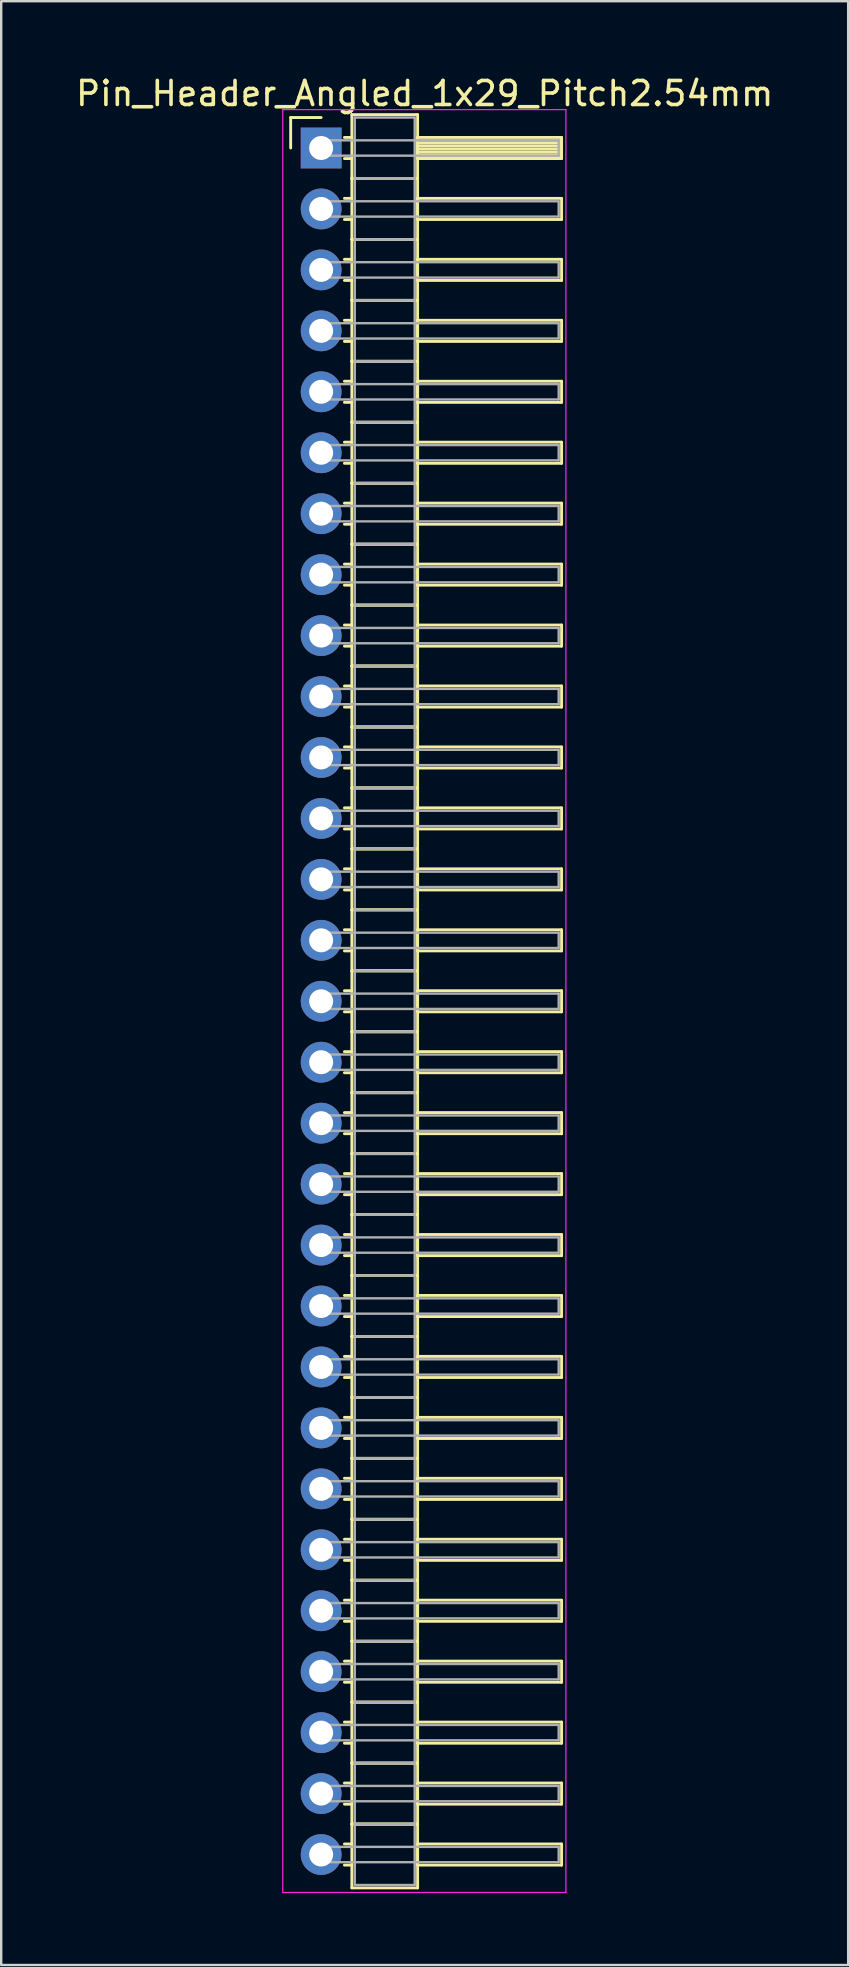
<source format=kicad_pcb>
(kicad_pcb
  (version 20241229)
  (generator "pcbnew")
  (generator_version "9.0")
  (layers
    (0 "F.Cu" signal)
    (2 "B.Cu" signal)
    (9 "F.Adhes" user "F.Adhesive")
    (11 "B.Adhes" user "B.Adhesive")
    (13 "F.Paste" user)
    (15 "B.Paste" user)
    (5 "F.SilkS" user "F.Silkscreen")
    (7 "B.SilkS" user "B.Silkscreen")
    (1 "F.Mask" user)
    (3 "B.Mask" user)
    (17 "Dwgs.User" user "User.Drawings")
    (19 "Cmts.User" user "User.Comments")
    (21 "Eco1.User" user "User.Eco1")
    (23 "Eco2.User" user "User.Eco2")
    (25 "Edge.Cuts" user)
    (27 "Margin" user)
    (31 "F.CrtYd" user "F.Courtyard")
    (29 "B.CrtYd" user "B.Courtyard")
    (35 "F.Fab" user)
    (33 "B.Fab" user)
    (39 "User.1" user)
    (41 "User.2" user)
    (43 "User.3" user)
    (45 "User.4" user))
  (footprint "Pin_Header_Angled_1x29_Pitch2.54mm"
    (layer "F.Cu")
    (at 10.334 3.118)
    (property "Reference" "Pin_Header_Angled_1x29_Pitch2.54mm" (at 4.315 -2.27 0) (layer "F.SilkS") (effects (font (size 1 1) (thickness 0.15))))
    (attr through_hole)
    (fp_line (start -1.27 -1.27) (end 0 -1.27) (stroke (width 0.12) (type solid)) (layer "F.SilkS"))
    (fp_line (start -1.27 0) (end -1.27 -1.27) (stroke (width 0.12) (type solid)) (layer "F.SilkS"))
    (fp_line (start 0.97 -0.44) (end 1.28 -0.44) (stroke (width 0.12) (type solid)) (layer "F.SilkS"))
    (fp_line (start 0.97 0.44) (end 1.28 0.44) (stroke (width 0.12) (type solid)) (layer "F.SilkS"))
    (fp_line (start 0.97 2.1) (end 1.28 2.1) (stroke (width 0.12) (type solid)) (layer "F.SilkS"))
    (fp_line (start 0.97 2.98) (end 1.28 2.98) (stroke (width 0.12) (type solid)) (layer "F.SilkS"))
    (fp_line (start 0.97 4.64) (end 1.28 4.64) (stroke (width 0.12) (type solid)) (layer "F.SilkS"))
    (fp_line (start 0.97 5.52) (end 1.28 5.52) (stroke (width 0.12) (type solid)) (layer "F.SilkS"))
    (fp_line (start 0.97 7.18) (end 1.28 7.18) (stroke (width 0.12) (type solid)) (layer "F.SilkS"))
    (fp_line (start 0.97 8.06) (end 1.28 8.06) (stroke (width 0.12) (type solid)) (layer "F.SilkS"))
    (fp_line (start 0.97 9.72) (end 1.28 9.72) (stroke (width 0.12) (type solid)) (layer "F.SilkS"))
    (fp_line (start 0.97 10.6) (end 1.28 10.6) (stroke (width 0.12) (type solid)) (layer "F.SilkS"))
    (fp_line (start 0.97 12.26) (end 1.28 12.26) (stroke (width 0.12) (type solid)) (layer "F.SilkS"))
    (fp_line (start 0.97 13.14) (end 1.28 13.14) (stroke (width 0.12) (type solid)) (layer "F.SilkS"))
    (fp_line (start 0.97 14.8) (end 1.28 14.8) (stroke (width 0.12) (type solid)) (layer "F.SilkS"))
    (fp_line (start 0.97 15.68) (end 1.28 15.68) (stroke (width 0.12) (type solid)) (layer "F.SilkS"))
    (fp_line (start 0.97 17.34) (end 1.28 17.34) (stroke (width 0.12) (type solid)) (layer "F.SilkS"))
    (fp_line (start 0.97 18.22) (end 1.28 18.22) (stroke (width 0.12) (type solid)) (layer "F.SilkS"))
    (fp_line (start 0.97 19.88) (end 1.28 19.88) (stroke (width 0.12) (type solid)) (layer "F.SilkS"))
    (fp_line (start 0.97 20.76) (end 1.28 20.76) (stroke (width 0.12) (type solid)) (layer "F.SilkS"))
    (fp_line (start 0.97 22.42) (end 1.28 22.42) (stroke (width 0.12) (type solid)) (layer "F.SilkS"))
    (fp_line (start 0.97 23.3) (end 1.28 23.3) (stroke (width 0.12) (type solid)) (layer "F.SilkS"))
    (fp_line (start 0.97 24.96) (end 1.28 24.96) (stroke (width 0.12) (type solid)) (layer "F.SilkS"))
    (fp_line (start 0.97 25.84) (end 1.28 25.84) (stroke (width 0.12) (type solid)) (layer "F.SilkS"))
    (fp_line (start 0.97 27.5) (end 1.28 27.5) (stroke (width 0.12) (type solid)) (layer "F.SilkS"))
    (fp_line (start 0.97 28.38) (end 1.28 28.38) (stroke (width 0.12) (type solid)) (layer "F.SilkS"))
    (fp_line (start 0.97 30.04) (end 1.28 30.04) (stroke (width 0.12) (type solid)) (layer "F.SilkS"))
    (fp_line (start 0.97 30.92) (end 1.28 30.92) (stroke (width 0.12) (type solid)) (layer "F.SilkS"))
    (fp_line (start 0.97 32.58) (end 1.28 32.58) (stroke (width 0.12) (type solid)) (layer "F.SilkS"))
    (fp_line (start 0.97 33.46) (end 1.28 33.46) (stroke (width 0.12) (type solid)) (layer "F.SilkS"))
    (fp_line (start 0.97 35.12) (end 1.28 35.12) (stroke (width 0.12) (type solid)) (layer "F.SilkS"))
    (fp_line (start 0.97 36) (end 1.28 36) (stroke (width 0.12) (type solid)) (layer "F.SilkS"))
    (fp_line (start 0.97 37.66) (end 1.28 37.66) (stroke (width 0.12) (type solid)) (layer "F.SilkS"))
    (fp_line (start 0.97 38.54) (end 1.28 38.54) (stroke (width 0.12) (type solid)) (layer "F.SilkS"))
    (fp_line (start 0.97 40.2) (end 1.28 40.2) (stroke (width 0.12) (type solid)) (layer "F.SilkS"))
    (fp_line (start 0.97 41.08) (end 1.28 41.08) (stroke (width 0.12) (type solid)) (layer "F.SilkS"))
    (fp_line (start 0.97 42.74) (end 1.28 42.74) (stroke (width 0.12) (type solid)) (layer "F.SilkS"))
    (fp_line (start 0.97 43.62) (end 1.28 43.62) (stroke (width 0.12) (type solid)) (layer "F.SilkS"))
    (fp_line (start 0.97 45.28) (end 1.28 45.28) (stroke (width 0.12) (type solid)) (layer "F.SilkS"))
    (fp_line (start 0.97 46.16) (end 1.28 46.16) (stroke (width 0.12) (type solid)) (layer "F.SilkS"))
    (fp_line (start 0.97 47.82) (end 1.28 47.82) (stroke (width 0.12) (type solid)) (layer "F.SilkS"))
    (fp_line (start 0.97 48.7) (end 1.28 48.7) (stroke (width 0.12) (type solid)) (layer "F.SilkS"))
    (fp_line (start 0.97 50.36) (end 1.28 50.36) (stroke (width 0.12) (type solid)) (layer "F.SilkS"))
    (fp_line (start 0.97 51.24) (end 1.28 51.24) (stroke (width 0.12) (type solid)) (layer "F.SilkS"))
    (fp_line (start 0.97 52.9) (end 1.28 52.9) (stroke (width 0.12) (type solid)) (layer "F.SilkS"))
    (fp_line (start 0.97 53.78) (end 1.28 53.78) (stroke (width 0.12) (type solid)) (layer "F.SilkS"))
    (fp_line (start 0.97 55.44) (end 1.28 55.44) (stroke (width 0.12) (type solid)) (layer "F.SilkS"))
    (fp_line (start 0.97 56.32) (end 1.28 56.32) (stroke (width 0.12) (type solid)) (layer "F.SilkS"))
    (fp_line (start 0.97 57.98) (end 1.28 57.98) (stroke (width 0.12) (type solid)) (layer "F.SilkS"))
    (fp_line (start 0.97 58.86) (end 1.28 58.86) (stroke (width 0.12) (type solid)) (layer "F.SilkS"))
    (fp_line (start 0.97 60.52) (end 1.28 60.52) (stroke (width 0.12) (type solid)) (layer "F.SilkS"))
    (fp_line (start 0.97 61.4) (end 1.28 61.4) (stroke (width 0.12) (type solid)) (layer "F.SilkS"))
    (fp_line (start 0.97 63.06) (end 1.28 63.06) (stroke (width 0.12) (type solid)) (layer "F.SilkS"))
    (fp_line (start 0.97 63.94) (end 1.28 63.94) (stroke (width 0.12) (type solid)) (layer "F.SilkS"))
    (fp_line (start 0.97 65.6) (end 1.28 65.6) (stroke (width 0.12) (type solid)) (layer "F.SilkS"))
    (fp_line (start 0.97 66.48) (end 1.28 66.48) (stroke (width 0.12) (type solid)) (layer "F.SilkS"))
    (fp_line (start 0.97 68.14) (end 1.28 68.14) (stroke (width 0.12) (type solid)) (layer "F.SilkS"))
    (fp_line (start 0.97 69.02) (end 1.28 69.02) (stroke (width 0.12) (type solid)) (layer "F.SilkS"))
    (fp_line (start 0.97 70.68) (end 1.28 70.68) (stroke (width 0.12) (type solid)) (layer "F.SilkS"))
    (fp_line (start 0.97 71.56) (end 1.28 71.56) (stroke (width 0.12) (type solid)) (layer "F.SilkS"))
    (fp_line (start 1.28 -1.39) (end 1.28 1.27) (stroke (width 0.12) (type solid)) (layer "F.SilkS"))
    (fp_line (start 1.28 1.27) (end 1.28 3.81) (stroke (width 0.12) (type solid)) (layer "F.SilkS"))
    (fp_line (start 1.28 1.27) (end 4.02 1.27) (stroke (width 0.12) (type solid)) (layer "F.SilkS"))
    (fp_line (start 1.28 3.81) (end 1.28 6.35) (stroke (width 0.12) (type solid)) (layer "F.SilkS"))
    (fp_line (start 1.28 3.81) (end 4.02 3.81) (stroke (width 0.12) (type solid)) (layer "F.SilkS"))
    (fp_line (start 1.28 6.35) (end 1.28 8.89) (stroke (width 0.12) (type solid)) (layer "F.SilkS"))
    (fp_line (start 1.28 6.35) (end 4.02 6.35) (stroke (width 0.12) (type solid)) (layer "F.SilkS"))
    (fp_line (start 1.28 8.89) (end 1.28 11.43) (stroke (width 0.12) (type solid)) (layer "F.SilkS"))
    (fp_line (start 1.28 8.89) (end 4.02 8.89) (stroke (width 0.12) (type solid)) (layer "F.SilkS"))
    (fp_line (start 1.28 11.43) (end 1.28 13.97) (stroke (width 0.12) (type solid)) (layer "F.SilkS"))
    (fp_line (start 1.28 11.43) (end 4.02 11.43) (stroke (width 0.12) (type solid)) (layer "F.SilkS"))
    (fp_line (start 1.28 13.97) (end 1.28 16.51) (stroke (width 0.12) (type solid)) (layer "F.SilkS"))
    (fp_line (start 1.28 13.97) (end 4.02 13.97) (stroke (width 0.12) (type solid)) (layer "F.SilkS"))
    (fp_line (start 1.28 16.51) (end 1.28 19.05) (stroke (width 0.12) (type solid)) (layer "F.SilkS"))
    (fp_line (start 1.28 16.51) (end 4.02 16.51) (stroke (width 0.12) (type solid)) (layer "F.SilkS"))
    (fp_line (start 1.28 19.05) (end 1.28 21.59) (stroke (width 0.12) (type solid)) (layer "F.SilkS"))
    (fp_line (start 1.28 19.05) (end 4.02 19.05) (stroke (width 0.12) (type solid)) (layer "F.SilkS"))
    (fp_line (start 1.28 21.59) (end 1.28 24.13) (stroke (width 0.12) (type solid)) (layer "F.SilkS"))
    (fp_line (start 1.28 21.59) (end 4.02 21.59) (stroke (width 0.12) (type solid)) (layer "F.SilkS"))
    (fp_line (start 1.28 24.13) (end 1.28 26.67) (stroke (width 0.12) (type solid)) (layer "F.SilkS"))
    (fp_line (start 1.28 24.13) (end 4.02 24.13) (stroke (width 0.12) (type solid)) (layer "F.SilkS"))
    (fp_line (start 1.28 26.67) (end 1.28 29.21) (stroke (width 0.12) (type solid)) (layer "F.SilkS"))
    (fp_line (start 1.28 26.67) (end 4.02 26.67) (stroke (width 0.12) (type solid)) (layer "F.SilkS"))
    (fp_line (start 1.28 29.21) (end 1.28 31.75) (stroke (width 0.12) (type solid)) (layer "F.SilkS"))
    (fp_line (start 1.28 29.21) (end 4.02 29.21) (stroke (width 0.12) (type solid)) (layer "F.SilkS"))
    (fp_line (start 1.28 31.75) (end 1.28 34.29) (stroke (width 0.12) (type solid)) (layer "F.SilkS"))
    (fp_line (start 1.28 31.75) (end 4.02 31.75) (stroke (width 0.12) (type solid)) (layer "F.SilkS"))
    (fp_line (start 1.28 34.29) (end 1.28 36.83) (stroke (width 0.12) (type solid)) (layer "F.SilkS"))
    (fp_line (start 1.28 34.29) (end 4.02 34.29) (stroke (width 0.12) (type solid)) (layer "F.SilkS"))
    (fp_line (start 1.28 36.83) (end 1.28 39.37) (stroke (width 0.12) (type solid)) (layer "F.SilkS"))
    (fp_line (start 1.28 36.83) (end 4.02 36.83) (stroke (width 0.12) (type solid)) (layer "F.SilkS"))
    (fp_line (start 1.28 39.37) (end 1.28 41.91) (stroke (width 0.12) (type solid)) (layer "F.SilkS"))
    (fp_line (start 1.28 39.37) (end 4.02 39.37) (stroke (width 0.12) (type solid)) (layer "F.SilkS"))
    (fp_line (start 1.28 41.91) (end 1.28 44.45) (stroke (width 0.12) (type solid)) (layer "F.SilkS"))
    (fp_line (start 1.28 41.91) (end 4.02 41.91) (stroke (width 0.12) (type solid)) (layer "F.SilkS"))
    (fp_line (start 1.28 44.45) (end 1.28 46.99) (stroke (width 0.12) (type solid)) (layer "F.SilkS"))
    (fp_line (start 1.28 44.45) (end 4.02 44.45) (stroke (width 0.12) (type solid)) (layer "F.SilkS"))
    (fp_line (start 1.28 46.99) (end 1.28 49.53) (stroke (width 0.12) (type solid)) (layer "F.SilkS"))
    (fp_line (start 1.28 46.99) (end 4.02 46.99) (stroke (width 0.12) (type solid)) (layer "F.SilkS"))
    (fp_line (start 1.28 49.53) (end 1.28 52.07) (stroke (width 0.12) (type solid)) (layer "F.SilkS"))
    (fp_line (start 1.28 49.53) (end 4.02 49.53) (stroke (width 0.12) (type solid)) (layer "F.SilkS"))
    (fp_line (start 1.28 52.07) (end 1.28 54.61) (stroke (width 0.12) (type solid)) (layer "F.SilkS"))
    (fp_line (start 1.28 52.07) (end 4.02 52.07) (stroke (width 0.12) (type solid)) (layer "F.SilkS"))
    (fp_line (start 1.28 54.61) (end 1.28 57.15) (stroke (width 0.12) (type solid)) (layer "F.SilkS"))
    (fp_line (start 1.28 54.61) (end 4.02 54.61) (stroke (width 0.12) (type solid)) (layer "F.SilkS"))
    (fp_line (start 1.28 57.15) (end 1.28 59.69) (stroke (width 0.12) (type solid)) (layer "F.SilkS"))
    (fp_line (start 1.28 57.15) (end 4.02 57.15) (stroke (width 0.12) (type solid)) (layer "F.SilkS"))
    (fp_line (start 1.28 59.69) (end 1.28 62.23) (stroke (width 0.12) (type solid)) (layer "F.SilkS"))
    (fp_line (start 1.28 59.69) (end 4.02 59.69) (stroke (width 0.12) (type solid)) (layer "F.SilkS"))
    (fp_line (start 1.28 62.23) (end 1.28 64.77) (stroke (width 0.12) (type solid)) (layer "F.SilkS"))
    (fp_line (start 1.28 62.23) (end 4.02 62.23) (stroke (width 0.12) (type solid)) (layer "F.SilkS"))
    (fp_line (start 1.28 64.77) (end 1.28 67.31) (stroke (width 0.12) (type solid)) (layer "F.SilkS"))
    (fp_line (start 1.28 64.77) (end 4.02 64.77) (stroke (width 0.12) (type solid)) (layer "F.SilkS"))
    (fp_line (start 1.28 67.31) (end 1.28 69.85) (stroke (width 0.12) (type solid)) (layer "F.SilkS"))
    (fp_line (start 1.28 67.31) (end 4.02 67.31) (stroke (width 0.12) (type solid)) (layer "F.SilkS"))
    (fp_line (start 1.28 69.85) (end 1.28 72.51) (stroke (width 0.12) (type solid)) (layer "F.SilkS"))
    (fp_line (start 1.28 69.85) (end 4.02 69.85) (stroke (width 0.12) (type solid)) (layer "F.SilkS"))
    (fp_line (start 1.28 72.51) (end 4.02 72.51) (stroke (width 0.12) (type solid)) (layer "F.SilkS"))
    (fp_line (start 4.02 -1.39) (end 1.28 -1.39) (stroke (width 0.12) (type solid)) (layer "F.SilkS"))
    (fp_line (start 4.02 -0.44) (end 4.02 0.44) (stroke (width 0.12) (type solid)) (layer "F.SilkS"))
    (fp_line (start 4.02 -0.32) (end 10.02 -0.32) (stroke (width 0.12) (type solid)) (layer "F.SilkS"))
    (fp_line (start 4.02 -0.2) (end 10.02 -0.2) (stroke (width 0.12) (type solid)) (layer "F.SilkS"))
    (fp_line (start 4.02 -0.08) (end 10.02 -0.08) (stroke (width 0.12) (type solid)) (layer "F.SilkS"))
    (fp_line (start 4.02 0.04) (end 10.02 0.04) (stroke (width 0.12) (type solid)) (layer "F.SilkS"))
    (fp_line (start 4.02 0.16) (end 10.02 0.16) (stroke (width 0.12) (type solid)) (layer "F.SilkS"))
    (fp_line (start 4.02 0.28) (end 10.02 0.28) (stroke (width 0.12) (type solid)) (layer "F.SilkS"))
    (fp_line (start 4.02 0.4) (end 10.02 0.4) (stroke (width 0.12) (type solid)) (layer "F.SilkS"))
    (fp_line (start 4.02 0.44) (end 10.02 0.44) (stroke (width 0.12) (type solid)) (layer "F.SilkS"))
    (fp_line (start 4.02 1.27) (end 1.28 1.27) (stroke (width 0.12) (type solid)) (layer "F.SilkS"))
    (fp_line (start 4.02 1.27) (end 4.02 -1.39) (stroke (width 0.12) (type solid)) (layer "F.SilkS"))
    (fp_line (start 4.02 2.1) (end 4.02 2.98) (stroke (width 0.12) (type solid)) (layer "F.SilkS"))
    (fp_line (start 4.02 2.98) (end 10.02 2.98) (stroke (width 0.12) (type solid)) (layer "F.SilkS"))
    (fp_line (start 4.02 3.81) (end 1.28 3.81) (stroke (width 0.12) (type solid)) (layer "F.SilkS"))
    (fp_line (start 4.02 3.81) (end 4.02 1.27) (stroke (width 0.12) (type solid)) (layer "F.SilkS"))
    (fp_line (start 4.02 4.64) (end 4.02 5.52) (stroke (width 0.12) (type solid)) (layer "F.SilkS"))
    (fp_line (start 4.02 5.52) (end 10.02 5.52) (stroke (width 0.12) (type solid)) (layer "F.SilkS"))
    (fp_line (start 4.02 6.35) (end 1.28 6.35) (stroke (width 0.12) (type solid)) (layer "F.SilkS"))
    (fp_line (start 4.02 6.35) (end 4.02 3.81) (stroke (width 0.12) (type solid)) (layer "F.SilkS"))
    (fp_line (start 4.02 7.18) (end 4.02 8.06) (stroke (width 0.12) (type solid)) (layer "F.SilkS"))
    (fp_line (start 4.02 8.06) (end 10.02 8.06) (stroke (width 0.12) (type solid)) (layer "F.SilkS"))
    (fp_line (start 4.02 8.89) (end 1.28 8.89) (stroke (width 0.12) (type solid)) (layer "F.SilkS"))
    (fp_line (start 4.02 8.89) (end 4.02 6.35) (stroke (width 0.12) (type solid)) (layer "F.SilkS"))
    (fp_line (start 4.02 9.72) (end 4.02 10.6) (stroke (width 0.12) (type solid)) (layer "F.SilkS"))
    (fp_line (start 4.02 10.6) (end 10.02 10.6) (stroke (width 0.12) (type solid)) (layer "F.SilkS"))
    (fp_line (start 4.02 11.43) (end 1.28 11.43) (stroke (width 0.12) (type solid)) (layer "F.SilkS"))
    (fp_line (start 4.02 11.43) (end 4.02 8.89) (stroke (width 0.12) (type solid)) (layer "F.SilkS"))
    (fp_line (start 4.02 12.26) (end 4.02 13.14) (stroke (width 0.12) (type solid)) (layer "F.SilkS"))
    (fp_line (start 4.02 13.14) (end 10.02 13.14) (stroke (width 0.12) (type solid)) (layer "F.SilkS"))
    (fp_line (start 4.02 13.97) (end 1.28 13.97) (stroke (width 0.12) (type solid)) (layer "F.SilkS"))
    (fp_line (start 4.02 13.97) (end 4.02 11.43) (stroke (width 0.12) (type solid)) (layer "F.SilkS"))
    (fp_line (start 4.02 14.8) (end 4.02 15.68) (stroke (width 0.12) (type solid)) (layer "F.SilkS"))
    (fp_line (start 4.02 15.68) (end 10.02 15.68) (stroke (width 0.12) (type solid)) (layer "F.SilkS"))
    (fp_line (start 4.02 16.51) (end 1.28 16.51) (stroke (width 0.12) (type solid)) (layer "F.SilkS"))
    (fp_line (start 4.02 16.51) (end 4.02 13.97) (stroke (width 0.12) (type solid)) (layer "F.SilkS"))
    (fp_line (start 4.02 17.34) (end 4.02 18.22) (stroke (width 0.12) (type solid)) (layer "F.SilkS"))
    (fp_line (start 4.02 18.22) (end 10.02 18.22) (stroke (width 0.12) (type solid)) (layer "F.SilkS"))
    (fp_line (start 4.02 19.05) (end 1.28 19.05) (stroke (width 0.12) (type solid)) (layer "F.SilkS"))
    (fp_line (start 4.02 19.05) (end 4.02 16.51) (stroke (width 0.12) (type solid)) (layer "F.SilkS"))
    (fp_line (start 4.02 19.88) (end 4.02 20.76) (stroke (width 0.12) (type solid)) (layer "F.SilkS"))
    (fp_line (start 4.02 20.76) (end 10.02 20.76) (stroke (width 0.12) (type solid)) (layer "F.SilkS"))
    (fp_line (start 4.02 21.59) (end 1.28 21.59) (stroke (width 0.12) (type solid)) (layer "F.SilkS"))
    (fp_line (start 4.02 21.59) (end 4.02 19.05) (stroke (width 0.12) (type solid)) (layer "F.SilkS"))
    (fp_line (start 4.02 22.42) (end 4.02 23.3) (stroke (width 0.12) (type solid)) (layer "F.SilkS"))
    (fp_line (start 4.02 23.3) (end 10.02 23.3) (stroke (width 0.12) (type solid)) (layer "F.SilkS"))
    (fp_line (start 4.02 24.13) (end 1.28 24.13) (stroke (width 0.12) (type solid)) (layer "F.SilkS"))
    (fp_line (start 4.02 24.13) (end 4.02 21.59) (stroke (width 0.12) (type solid)) (layer "F.SilkS"))
    (fp_line (start 4.02 24.96) (end 4.02 25.84) (stroke (width 0.12) (type solid)) (layer "F.SilkS"))
    (fp_line (start 4.02 25.84) (end 10.02 25.84) (stroke (width 0.12) (type solid)) (layer "F.SilkS"))
    (fp_line (start 4.02 26.67) (end 1.28 26.67) (stroke (width 0.12) (type solid)) (layer "F.SilkS"))
    (fp_line (start 4.02 26.67) (end 4.02 24.13) (stroke (width 0.12) (type solid)) (layer "F.SilkS"))
    (fp_line (start 4.02 27.5) (end 4.02 28.38) (stroke (width 0.12) (type solid)) (layer "F.SilkS"))
    (fp_line (start 4.02 28.38) (end 10.02 28.38) (stroke (width 0.12) (type solid)) (layer "F.SilkS"))
    (fp_line (start 4.02 29.21) (end 1.28 29.21) (stroke (width 0.12) (type solid)) (layer "F.SilkS"))
    (fp_line (start 4.02 29.21) (end 4.02 26.67) (stroke (width 0.12) (type solid)) (layer "F.SilkS"))
    (fp_line (start 4.02 30.04) (end 4.02 30.92) (stroke (width 0.12) (type solid)) (layer "F.SilkS"))
    (fp_line (start 4.02 30.92) (end 10.02 30.92) (stroke (width 0.12) (type solid)) (layer "F.SilkS"))
    (fp_line (start 4.02 31.75) (end 1.28 31.75) (stroke (width 0.12) (type solid)) (layer "F.SilkS"))
    (fp_line (start 4.02 31.75) (end 4.02 29.21) (stroke (width 0.12) (type solid)) (layer "F.SilkS"))
    (fp_line (start 4.02 32.58) (end 4.02 33.46) (stroke (width 0.12) (type solid)) (layer "F.SilkS"))
    (fp_line (start 4.02 33.46) (end 10.02 33.46) (stroke (width 0.12) (type solid)) (layer "F.SilkS"))
    (fp_line (start 4.02 34.29) (end 1.28 34.29) (stroke (width 0.12) (type solid)) (layer "F.SilkS"))
    (fp_line (start 4.02 34.29) (end 4.02 31.75) (stroke (width 0.12) (type solid)) (layer "F.SilkS"))
    (fp_line (start 4.02 35.12) (end 4.02 36) (stroke (width 0.12) (type solid)) (layer "F.SilkS"))
    (fp_line (start 4.02 36) (end 10.02 36) (stroke (width 0.12) (type solid)) (layer "F.SilkS"))
    (fp_line (start 4.02 36.83) (end 1.28 36.83) (stroke (width 0.12) (type solid)) (layer "F.SilkS"))
    (fp_line (start 4.02 36.83) (end 4.02 34.29) (stroke (width 0.12) (type solid)) (layer "F.SilkS"))
    (fp_line (start 4.02 37.66) (end 4.02 38.54) (stroke (width 0.12) (type solid)) (layer "F.SilkS"))
    (fp_line (start 4.02 38.54) (end 10.02 38.54) (stroke (width 0.12) (type solid)) (layer "F.SilkS"))
    (fp_line (start 4.02 39.37) (end 1.28 39.37) (stroke (width 0.12) (type solid)) (layer "F.SilkS"))
    (fp_line (start 4.02 39.37) (end 4.02 36.83) (stroke (width 0.12) (type solid)) (layer "F.SilkS"))
    (fp_line (start 4.02 40.2) (end 4.02 41.08) (stroke (width 0.12) (type solid)) (layer "F.SilkS"))
    (fp_line (start 4.02 41.08) (end 10.02 41.08) (stroke (width 0.12) (type solid)) (layer "F.SilkS"))
    (fp_line (start 4.02 41.91) (end 1.28 41.91) (stroke (width 0.12) (type solid)) (layer "F.SilkS"))
    (fp_line (start 4.02 41.91) (end 4.02 39.37) (stroke (width 0.12) (type solid)) (layer "F.SilkS"))
    (fp_line (start 4.02 42.74) (end 4.02 43.62) (stroke (width 0.12) (type solid)) (layer "F.SilkS"))
    (fp_line (start 4.02 43.62) (end 10.02 43.62) (stroke (width 0.12) (type solid)) (layer "F.SilkS"))
    (fp_line (start 4.02 44.45) (end 1.28 44.45) (stroke (width 0.12) (type solid)) (layer "F.SilkS"))
    (fp_line (start 4.02 44.45) (end 4.02 41.91) (stroke (width 0.12) (type solid)) (layer "F.SilkS"))
    (fp_line (start 4.02 45.28) (end 4.02 46.16) (stroke (width 0.12) (type solid)) (layer "F.SilkS"))
    (fp_line (start 4.02 46.16) (end 10.02 46.16) (stroke (width 0.12) (type solid)) (layer "F.SilkS"))
    (fp_line (start 4.02 46.99) (end 1.28 46.99) (stroke (width 0.12) (type solid)) (layer "F.SilkS"))
    (fp_line (start 4.02 46.99) (end 4.02 44.45) (stroke (width 0.12) (type solid)) (layer "F.SilkS"))
    (fp_line (start 4.02 47.82) (end 4.02 48.7) (stroke (width 0.12) (type solid)) (layer "F.SilkS"))
    (fp_line (start 4.02 48.7) (end 10.02 48.7) (stroke (width 0.12) (type solid)) (layer "F.SilkS"))
    (fp_line (start 4.02 49.53) (end 1.28 49.53) (stroke (width 0.12) (type solid)) (layer "F.SilkS"))
    (fp_line (start 4.02 49.53) (end 4.02 46.99) (stroke (width 0.12) (type solid)) (layer "F.SilkS"))
    (fp_line (start 4.02 50.36) (end 4.02 51.24) (stroke (width 0.12) (type solid)) (layer "F.SilkS"))
    (fp_line (start 4.02 51.24) (end 10.02 51.24) (stroke (width 0.12) (type solid)) (layer "F.SilkS"))
    (fp_line (start 4.02 52.07) (end 1.28 52.07) (stroke (width 0.12) (type solid)) (layer "F.SilkS"))
    (fp_line (start 4.02 52.07) (end 4.02 49.53) (stroke (width 0.12) (type solid)) (layer "F.SilkS"))
    (fp_line (start 4.02 52.9) (end 4.02 53.78) (stroke (width 0.12) (type solid)) (layer "F.SilkS"))
    (fp_line (start 4.02 53.78) (end 10.02 53.78) (stroke (width 0.12) (type solid)) (layer "F.SilkS"))
    (fp_line (start 4.02 54.61) (end 1.28 54.61) (stroke (width 0.12) (type solid)) (layer "F.SilkS"))
    (fp_line (start 4.02 54.61) (end 4.02 52.07) (stroke (width 0.12) (type solid)) (layer "F.SilkS"))
    (fp_line (start 4.02 55.44) (end 4.02 56.32) (stroke (width 0.12) (type solid)) (layer "F.SilkS"))
    (fp_line (start 4.02 56.32) (end 10.02 56.32) (stroke (width 0.12) (type solid)) (layer "F.SilkS"))
    (fp_line (start 4.02 57.15) (end 1.28 57.15) (stroke (width 0.12) (type solid)) (layer "F.SilkS"))
    (fp_line (start 4.02 57.15) (end 4.02 54.61) (stroke (width 0.12) (type solid)) (layer "F.SilkS"))
    (fp_line (start 4.02 57.98) (end 4.02 58.86) (stroke (width 0.12) (type solid)) (layer "F.SilkS"))
    (fp_line (start 4.02 58.86) (end 10.02 58.86) (stroke (width 0.12) (type solid)) (layer "F.SilkS"))
    (fp_line (start 4.02 59.69) (end 1.28 59.69) (stroke (width 0.12) (type solid)) (layer "F.SilkS"))
    (fp_line (start 4.02 59.69) (end 4.02 57.15) (stroke (width 0.12) (type solid)) (layer "F.SilkS"))
    (fp_line (start 4.02 60.52) (end 4.02 61.4) (stroke (width 0.12) (type solid)) (layer "F.SilkS"))
    (fp_line (start 4.02 61.4) (end 10.02 61.4) (stroke (width 0.12) (type solid)) (layer "F.SilkS"))
    (fp_line (start 4.02 62.23) (end 1.28 62.23) (stroke (width 0.12) (type solid)) (layer "F.SilkS"))
    (fp_line (start 4.02 62.23) (end 4.02 59.69) (stroke (width 0.12) (type solid)) (layer "F.SilkS"))
    (fp_line (start 4.02 63.06) (end 4.02 63.94) (stroke (width 0.12) (type solid)) (layer "F.SilkS"))
    (fp_line (start 4.02 63.94) (end 10.02 63.94) (stroke (width 0.12) (type solid)) (layer "F.SilkS"))
    (fp_line (start 4.02 64.77) (end 1.28 64.77) (stroke (width 0.12) (type solid)) (layer "F.SilkS"))
    (fp_line (start 4.02 64.77) (end 4.02 62.23) (stroke (width 0.12) (type solid)) (layer "F.SilkS"))
    (fp_line (start 4.02 65.6) (end 4.02 66.48) (stroke (width 0.12) (type solid)) (layer "F.SilkS"))
    (fp_line (start 4.02 66.48) (end 10.02 66.48) (stroke (width 0.12) (type solid)) (layer "F.SilkS"))
    (fp_line (start 4.02 67.31) (end 1.28 67.31) (stroke (width 0.12) (type solid)) (layer "F.SilkS"))
    (fp_line (start 4.02 67.31) (end 4.02 64.77) (stroke (width 0.12) (type solid)) (layer "F.SilkS"))
    (fp_line (start 4.02 68.14) (end 4.02 69.02) (stroke (width 0.12) (type solid)) (layer "F.SilkS"))
    (fp_line (start 4.02 69.02) (end 10.02 69.02) (stroke (width 0.12) (type solid)) (layer "F.SilkS"))
    (fp_line (start 4.02 69.85) (end 1.28 69.85) (stroke (width 0.12) (type solid)) (layer "F.SilkS"))
    (fp_line (start 4.02 69.85) (end 4.02 67.31) (stroke (width 0.12) (type solid)) (layer "F.SilkS"))
    (fp_line (start 4.02 70.68) (end 4.02 71.56) (stroke (width 0.12) (type solid)) (layer "F.SilkS"))
    (fp_line (start 4.02 71.56) (end 10.02 71.56) (stroke (width 0.12) (type solid)) (layer "F.SilkS"))
    (fp_line (start 4.02 72.51) (end 4.02 69.85) (stroke (width 0.12) (type solid)) (layer "F.SilkS"))
    (fp_line (start 10.02 -0.44) (end 4.02 -0.44) (stroke (width 0.12) (type solid)) (layer "F.SilkS"))
    (fp_line (start 10.02 0.44) (end 10.02 -0.44) (stroke (width 0.12) (type solid)) (layer "F.SilkS"))
    (fp_line (start 10.02 2.1) (end 4.02 2.1) (stroke (width 0.12) (type solid)) (layer "F.SilkS"))
    (fp_line (start 10.02 2.98) (end 10.02 2.1) (stroke (width 0.12) (type solid)) (layer "F.SilkS"))
    (fp_line (start 10.02 4.64) (end 4.02 4.64) (stroke (width 0.12) (type solid)) (layer "F.SilkS"))
    (fp_line (start 10.02 5.52) (end 10.02 4.64) (stroke (width 0.12) (type solid)) (layer "F.SilkS"))
    (fp_line (start 10.02 7.18) (end 4.02 7.18) (stroke (width 0.12) (type solid)) (layer "F.SilkS"))
    (fp_line (start 10.02 8.06) (end 10.02 7.18) (stroke (width 0.12) (type solid)) (layer "F.SilkS"))
    (fp_line (start 10.02 9.72) (end 4.02 9.72) (stroke (width 0.12) (type solid)) (layer "F.SilkS"))
    (fp_line (start 10.02 10.6) (end 10.02 9.72) (stroke (width 0.12) (type solid)) (layer "F.SilkS"))
    (fp_line (start 10.02 12.26) (end 4.02 12.26) (stroke (width 0.12) (type solid)) (layer "F.SilkS"))
    (fp_line (start 10.02 13.14) (end 10.02 12.26) (stroke (width 0.12) (type solid)) (layer "F.SilkS"))
    (fp_line (start 10.02 14.8) (end 4.02 14.8) (stroke (width 0.12) (type solid)) (layer "F.SilkS"))
    (fp_line (start 10.02 15.68) (end 10.02 14.8) (stroke (width 0.12) (type solid)) (layer "F.SilkS"))
    (fp_line (start 10.02 17.34) (end 4.02 17.34) (stroke (width 0.12) (type solid)) (layer "F.SilkS"))
    (fp_line (start 10.02 18.22) (end 10.02 17.34) (stroke (width 0.12) (type solid)) (layer "F.SilkS"))
    (fp_line (start 10.02 19.88) (end 4.02 19.88) (stroke (width 0.12) (type solid)) (layer "F.SilkS"))
    (fp_line (start 10.02 20.76) (end 10.02 19.88) (stroke (width 0.12) (type solid)) (layer "F.SilkS"))
    (fp_line (start 10.02 22.42) (end 4.02 22.42) (stroke (width 0.12) (type solid)) (layer "F.SilkS"))
    (fp_line (start 10.02 23.3) (end 10.02 22.42) (stroke (width 0.12) (type solid)) (layer "F.SilkS"))
    (fp_line (start 10.02 24.96) (end 4.02 24.96) (stroke (width 0.12) (type solid)) (layer "F.SilkS"))
    (fp_line (start 10.02 25.84) (end 10.02 24.96) (stroke (width 0.12) (type solid)) (layer "F.SilkS"))
    (fp_line (start 10.02 27.5) (end 4.02 27.5) (stroke (width 0.12) (type solid)) (layer "F.SilkS"))
    (fp_line (start 10.02 28.38) (end 10.02 27.5) (stroke (width 0.12) (type solid)) (layer "F.SilkS"))
    (fp_line (start 10.02 30.04) (end 4.02 30.04) (stroke (width 0.12) (type solid)) (layer "F.SilkS"))
    (fp_line (start 10.02 30.92) (end 10.02 30.04) (stroke (width 0.12) (type solid)) (layer "F.SilkS"))
    (fp_line (start 10.02 32.58) (end 4.02 32.58) (stroke (width 0.12) (type solid)) (layer "F.SilkS"))
    (fp_line (start 10.02 33.46) (end 10.02 32.58) (stroke (width 0.12) (type solid)) (layer "F.SilkS"))
    (fp_line (start 10.02 35.12) (end 4.02 35.12) (stroke (width 0.12) (type solid)) (layer "F.SilkS"))
    (fp_line (start 10.02 36) (end 10.02 35.12) (stroke (width 0.12) (type solid)) (layer "F.SilkS"))
    (fp_line (start 10.02 37.66) (end 4.02 37.66) (stroke (width 0.12) (type solid)) (layer "F.SilkS"))
    (fp_line (start 10.02 38.54) (end 10.02 37.66) (stroke (width 0.12) (type solid)) (layer "F.SilkS"))
    (fp_line (start 10.02 40.2) (end 4.02 40.2) (stroke (width 0.12) (type solid)) (layer "F.SilkS"))
    (fp_line (start 10.02 41.08) (end 10.02 40.2) (stroke (width 0.12) (type solid)) (layer "F.SilkS"))
    (fp_line (start 10.02 42.74) (end 4.02 42.74) (stroke (width 0.12) (type solid)) (layer "F.SilkS"))
    (fp_line (start 10.02 43.62) (end 10.02 42.74) (stroke (width 0.12) (type solid)) (layer "F.SilkS"))
    (fp_line (start 10.02 45.28) (end 4.02 45.28) (stroke (width 0.12) (type solid)) (layer "F.SilkS"))
    (fp_line (start 10.02 46.16) (end 10.02 45.28) (stroke (width 0.12) (type solid)) (layer "F.SilkS"))
    (fp_line (start 10.02 47.82) (end 4.02 47.82) (stroke (width 0.12) (type solid)) (layer "F.SilkS"))
    (fp_line (start 10.02 48.7) (end 10.02 47.82) (stroke (width 0.12) (type solid)) (layer "F.SilkS"))
    (fp_line (start 10.02 50.36) (end 4.02 50.36) (stroke (width 0.12) (type solid)) (layer "F.SilkS"))
    (fp_line (start 10.02 51.24) (end 10.02 50.36) (stroke (width 0.12) (type solid)) (layer "F.SilkS"))
    (fp_line (start 10.02 52.9) (end 4.02 52.9) (stroke (width 0.12) (type solid)) (layer "F.SilkS"))
    (fp_line (start 10.02 53.78) (end 10.02 52.9) (stroke (width 0.12) (type solid)) (layer "F.SilkS"))
    (fp_line (start 10.02 55.44) (end 4.02 55.44) (stroke (width 0.12) (type solid)) (layer "F.SilkS"))
    (fp_line (start 10.02 56.32) (end 10.02 55.44) (stroke (width 0.12) (type solid)) (layer "F.SilkS"))
    (fp_line (start 10.02 57.98) (end 4.02 57.98) (stroke (width 0.12) (type solid)) (layer "F.SilkS"))
    (fp_line (start 10.02 58.86) (end 10.02 57.98) (stroke (width 0.12) (type solid)) (layer "F.SilkS"))
    (fp_line (start 10.02 60.52) (end 4.02 60.52) (stroke (width 0.12) (type solid)) (layer "F.SilkS"))
    (fp_line (start 10.02 61.4) (end 10.02 60.52) (stroke (width 0.12) (type solid)) (layer "F.SilkS"))
    (fp_line (start 10.02 63.06) (end 4.02 63.06) (stroke (width 0.12) (type solid)) (layer "F.SilkS"))
    (fp_line (start 10.02 63.94) (end 10.02 63.06) (stroke (width 0.12) (type solid)) (layer "F.SilkS"))
    (fp_line (start 10.02 65.6) (end 4.02 65.6) (stroke (width 0.12) (type solid)) (layer "F.SilkS"))
    (fp_line (start 10.02 66.48) (end 10.02 65.6) (stroke (width 0.12) (type solid)) (layer "F.SilkS"))
    (fp_line (start 10.02 68.14) (end 4.02 68.14) (stroke (width 0.12) (type solid)) (layer "F.SilkS"))
    (fp_line (start 10.02 69.02) (end 10.02 68.14) (stroke (width 0.12) (type solid)) (layer "F.SilkS"))
    (fp_line (start 10.02 70.68) (end 4.02 70.68) (stroke (width 0.12) (type solid)) (layer "F.SilkS"))
    (fp_line (start 10.02 71.56) (end 10.02 70.68) (stroke (width 0.12) (type solid)) (layer "F.SilkS"))
    (fp_line (start -1.6 -1.6) (end -1.6 72.7) (stroke (width 0.05) (type solid)) (layer "F.CrtYd"))
    (fp_line (start -1.6 72.7) (end 10.2 72.7) (stroke (width 0.05) (type solid)) (layer "F.CrtYd"))
    (fp_line (start 10.2 -1.6) (end -1.6 -1.6) (stroke (width 0.05) (type solid)) (layer "F.CrtYd"))
    (fp_line (start 10.2 72.7) (end 10.2 -1.6) (stroke (width 0.05) (type solid)) (layer "F.CrtYd"))
    (fp_line (start 0 -0.32) (end 0 0.32) (stroke (width 0.1) (type solid)) (layer "F.Fab"))
    (fp_line (start 0 0.32) (end 9.9 0.32) (stroke (width 0.1) (type solid)) (layer "F.Fab"))
    (fp_line (start 0 2.22) (end 0 2.86) (stroke (width 0.1) (type solid)) (layer "F.Fab"))
    (fp_line (start 0 2.86) (end 9.9 2.86) (stroke (width 0.1) (type solid)) (layer "F.Fab"))
    (fp_line (start 0 4.76) (end 0 5.4) (stroke (width 0.1) (type solid)) (layer "F.Fab"))
    (fp_line (start 0 5.4) (end 9.9 5.4) (stroke (width 0.1) (type solid)) (layer "F.Fab"))
    (fp_line (start 0 7.3) (end 0 7.94) (stroke (width 0.1) (type solid)) (layer "F.Fab"))
    (fp_line (start 0 7.94) (end 9.9 7.94) (stroke (width 0.1) (type solid)) (layer "F.Fab"))
    (fp_line (start 0 9.84) (end 0 10.48) (stroke (width 0.1) (type solid)) (layer "F.Fab"))
    (fp_line (start 0 10.48) (end 9.9 10.48) (stroke (width 0.1) (type solid)) (layer "F.Fab"))
    (fp_line (start 0 12.38) (end 0 13.02) (stroke (width 0.1) (type solid)) (layer "F.Fab"))
    (fp_line (start 0 13.02) (end 9.9 13.02) (stroke (width 0.1) (type solid)) (layer "F.Fab"))
    (fp_line (start 0 14.92) (end 0 15.56) (stroke (width 0.1) (type solid)) (layer "F.Fab"))
    (fp_line (start 0 15.56) (end 9.9 15.56) (stroke (width 0.1) (type solid)) (layer "F.Fab"))
    (fp_line (start 0 17.46) (end 0 18.1) (stroke (width 0.1) (type solid)) (layer "F.Fab"))
    (fp_line (start 0 18.1) (end 9.9 18.1) (stroke (width 0.1) (type solid)) (layer "F.Fab"))
    (fp_line (start 0 20) (end 0 20.64) (stroke (width 0.1) (type solid)) (layer "F.Fab"))
    (fp_line (start 0 20.64) (end 9.9 20.64) (stroke (width 0.1) (type solid)) (layer "F.Fab"))
    (fp_line (start 0 22.54) (end 0 23.18) (stroke (width 0.1) (type solid)) (layer "F.Fab"))
    (fp_line (start 0 23.18) (end 9.9 23.18) (stroke (width 0.1) (type solid)) (layer "F.Fab"))
    (fp_line (start 0 25.08) (end 0 25.72) (stroke (width 0.1) (type solid)) (layer "F.Fab"))
    (fp_line (start 0 25.72) (end 9.9 25.72) (stroke (width 0.1) (type solid)) (layer "F.Fab"))
    (fp_line (start 0 27.62) (end 0 28.26) (stroke (width 0.1) (type solid)) (layer "F.Fab"))
    (fp_line (start 0 28.26) (end 9.9 28.26) (stroke (width 0.1) (type solid)) (layer "F.Fab"))
    (fp_line (start 0 30.16) (end 0 30.8) (stroke (width 0.1) (type solid)) (layer "F.Fab"))
    (fp_line (start 0 30.8) (end 9.9 30.8) (stroke (width 0.1) (type solid)) (layer "F.Fab"))
    (fp_line (start 0 32.7) (end 0 33.34) (stroke (width 0.1) (type solid)) (layer "F.Fab"))
    (fp_line (start 0 33.34) (end 9.9 33.34) (stroke (width 0.1) (type solid)) (layer "F.Fab"))
    (fp_line (start 0 35.24) (end 0 35.88) (stroke (width 0.1) (type solid)) (layer "F.Fab"))
    (fp_line (start 0 35.88) (end 9.9 35.88) (stroke (width 0.1) (type solid)) (layer "F.Fab"))
    (fp_line (start 0 37.78) (end 0 38.42) (stroke (width 0.1) (type solid)) (layer "F.Fab"))
    (fp_line (start 0 38.42) (end 9.9 38.42) (stroke (width 0.1) (type solid)) (layer "F.Fab"))
    (fp_line (start 0 40.32) (end 0 40.96) (stroke (width 0.1) (type solid)) (layer "F.Fab"))
    (fp_line (start 0 40.96) (end 9.9 40.96) (stroke (width 0.1) (type solid)) (layer "F.Fab"))
    (fp_line (start 0 42.86) (end 0 43.5) (stroke (width 0.1) (type solid)) (layer "F.Fab"))
    (fp_line (start 0 43.5) (end 9.9 43.5) (stroke (width 0.1) (type solid)) (layer "F.Fab"))
    (fp_line (start 0 45.4) (end 0 46.04) (stroke (width 0.1) (type solid)) (layer "F.Fab"))
    (fp_line (start 0 46.04) (end 9.9 46.04) (stroke (width 0.1) (type solid)) (layer "F.Fab"))
    (fp_line (start 0 47.94) (end 0 48.58) (stroke (width 0.1) (type solid)) (layer "F.Fab"))
    (fp_line (start 0 48.58) (end 9.9 48.58) (stroke (width 0.1) (type solid)) (layer "F.Fab"))
    (fp_line (start 0 50.48) (end 0 51.12) (stroke (width 0.1) (type solid)) (layer "F.Fab"))
    (fp_line (start 0 51.12) (end 9.9 51.12) (stroke (width 0.1) (type solid)) (layer "F.Fab"))
    (fp_line (start 0 53.02) (end 0 53.66) (stroke (width 0.1) (type solid)) (layer "F.Fab"))
    (fp_line (start 0 53.66) (end 9.9 53.66) (stroke (width 0.1) (type solid)) (layer "F.Fab"))
    (fp_line (start 0 55.56) (end 0 56.2) (stroke (width 0.1) (type solid)) (layer "F.Fab"))
    (fp_line (start 0 56.2) (end 9.9 56.2) (stroke (width 0.1) (type solid)) (layer "F.Fab"))
    (fp_line (start 0 58.1) (end 0 58.74) (stroke (width 0.1) (type solid)) (layer "F.Fab"))
    (fp_line (start 0 58.74) (end 9.9 58.74) (stroke (width 0.1) (type solid)) (layer "F.Fab"))
    (fp_line (start 0 60.64) (end 0 61.28) (stroke (width 0.1) (type solid)) (layer "F.Fab"))
    (fp_line (start 0 61.28) (end 9.9 61.28) (stroke (width 0.1) (type solid)) (layer "F.Fab"))
    (fp_line (start 0 63.18) (end 0 63.82) (stroke (width 0.1) (type solid)) (layer "F.Fab"))
    (fp_line (start 0 63.82) (end 9.9 63.82) (stroke (width 0.1) (type solid)) (layer "F.Fab"))
    (fp_line (start 0 65.72) (end 0 66.36) (stroke (width 0.1) (type solid)) (layer "F.Fab"))
    (fp_line (start 0 66.36) (end 9.9 66.36) (stroke (width 0.1) (type solid)) (layer "F.Fab"))
    (fp_line (start 0 68.26) (end 0 68.9) (stroke (width 0.1) (type solid)) (layer "F.Fab"))
    (fp_line (start 0 68.9) (end 9.9 68.9) (stroke (width 0.1) (type solid)) (layer "F.Fab"))
    (fp_line (start 0 70.8) (end 0 71.44) (stroke (width 0.1) (type solid)) (layer "F.Fab"))
    (fp_line (start 0 71.44) (end 9.9 71.44) (stroke (width 0.1) (type solid)) (layer "F.Fab"))
    (fp_line (start 1.4 -1.27) (end 1.4 1.27) (stroke (width 0.1) (type solid)) (layer "F.Fab"))
    (fp_line (start 1.4 1.27) (end 1.4 3.81) (stroke (width 0.1) (type solid)) (layer "F.Fab"))
    (fp_line (start 1.4 1.27) (end 3.9 1.27) (stroke (width 0.1) (type solid)) (layer "F.Fab"))
    (fp_line (start 1.4 3.81) (end 1.4 6.35) (stroke (width 0.1) (type solid)) (layer "F.Fab"))
    (fp_line (start 1.4 3.81) (end 3.9 3.81) (stroke (width 0.1) (type solid)) (layer "F.Fab"))
    (fp_line (start 1.4 6.35) (end 1.4 8.89) (stroke (width 0.1) (type solid)) (layer "F.Fab"))
    (fp_line (start 1.4 6.35) (end 3.9 6.35) (stroke (width 0.1) (type solid)) (layer "F.Fab"))
    (fp_line (start 1.4 8.89) (end 1.4 11.43) (stroke (width 0.1) (type solid)) (layer "F.Fab"))
    (fp_line (start 1.4 8.89) (end 3.9 8.89) (stroke (width 0.1) (type solid)) (layer "F.Fab"))
    (fp_line (start 1.4 11.43) (end 1.4 13.97) (stroke (width 0.1) (type solid)) (layer "F.Fab"))
    (fp_line (start 1.4 11.43) (end 3.9 11.43) (stroke (width 0.1) (type solid)) (layer "F.Fab"))
    (fp_line (start 1.4 13.97) (end 1.4 16.51) (stroke (width 0.1) (type solid)) (layer "F.Fab"))
    (fp_line (start 1.4 13.97) (end 3.9 13.97) (stroke (width 0.1) (type solid)) (layer "F.Fab"))
    (fp_line (start 1.4 16.51) (end 1.4 19.05) (stroke (width 0.1) (type solid)) (layer "F.Fab"))
    (fp_line (start 1.4 16.51) (end 3.9 16.51) (stroke (width 0.1) (type solid)) (layer "F.Fab"))
    (fp_line (start 1.4 19.05) (end 1.4 21.59) (stroke (width 0.1) (type solid)) (layer "F.Fab"))
    (fp_line (start 1.4 19.05) (end 3.9 19.05) (stroke (width 0.1) (type solid)) (layer "F.Fab"))
    (fp_line (start 1.4 21.59) (end 1.4 24.13) (stroke (width 0.1) (type solid)) (layer "F.Fab"))
    (fp_line (start 1.4 21.59) (end 3.9 21.59) (stroke (width 0.1) (type solid)) (layer "F.Fab"))
    (fp_line (start 1.4 24.13) (end 1.4 26.67) (stroke (width 0.1) (type solid)) (layer "F.Fab"))
    (fp_line (start 1.4 24.13) (end 3.9 24.13) (stroke (width 0.1) (type solid)) (layer "F.Fab"))
    (fp_line (start 1.4 26.67) (end 1.4 29.21) (stroke (width 0.1) (type solid)) (layer "F.Fab"))
    (fp_line (start 1.4 26.67) (end 3.9 26.67) (stroke (width 0.1) (type solid)) (layer "F.Fab"))
    (fp_line (start 1.4 29.21) (end 1.4 31.75) (stroke (width 0.1) (type solid)) (layer "F.Fab"))
    (fp_line (start 1.4 29.21) (end 3.9 29.21) (stroke (width 0.1) (type solid)) (layer "F.Fab"))
    (fp_line (start 1.4 31.75) (end 1.4 34.29) (stroke (width 0.1) (type solid)) (layer "F.Fab"))
    (fp_line (start 1.4 31.75) (end 3.9 31.75) (stroke (width 0.1) (type solid)) (layer "F.Fab"))
    (fp_line (start 1.4 34.29) (end 1.4 36.83) (stroke (width 0.1) (type solid)) (layer "F.Fab"))
    (fp_line (start 1.4 34.29) (end 3.9 34.29) (stroke (width 0.1) (type solid)) (layer "F.Fab"))
    (fp_line (start 1.4 36.83) (end 1.4 39.37) (stroke (width 0.1) (type solid)) (layer "F.Fab"))
    (fp_line (start 1.4 36.83) (end 3.9 36.83) (stroke (width 0.1) (type solid)) (layer "F.Fab"))
    (fp_line (start 1.4 39.37) (end 1.4 41.91) (stroke (width 0.1) (type solid)) (layer "F.Fab"))
    (fp_line (start 1.4 39.37) (end 3.9 39.37) (stroke (width 0.1) (type solid)) (layer "F.Fab"))
    (fp_line (start 1.4 41.91) (end 1.4 44.45) (stroke (width 0.1) (type solid)) (layer "F.Fab"))
    (fp_line (start 1.4 41.91) (end 3.9 41.91) (stroke (width 0.1) (type solid)) (layer "F.Fab"))
    (fp_line (start 1.4 44.45) (end 1.4 46.99) (stroke (width 0.1) (type solid)) (layer "F.Fab"))
    (fp_line (start 1.4 44.45) (end 3.9 44.45) (stroke (width 0.1) (type solid)) (layer "F.Fab"))
    (fp_line (start 1.4 46.99) (end 1.4 49.53) (stroke (width 0.1) (type solid)) (layer "F.Fab"))
    (fp_line (start 1.4 46.99) (end 3.9 46.99) (stroke (width 0.1) (type solid)) (layer "F.Fab"))
    (fp_line (start 1.4 49.53) (end 1.4 52.07) (stroke (width 0.1) (type solid)) (layer "F.Fab"))
    (fp_line (start 1.4 49.53) (end 3.9 49.53) (stroke (width 0.1) (type solid)) (layer "F.Fab"))
    (fp_line (start 1.4 52.07) (end 1.4 54.61) (stroke (width 0.1) (type solid)) (layer "F.Fab"))
    (fp_line (start 1.4 52.07) (end 3.9 52.07) (stroke (width 0.1) (type solid)) (layer "F.Fab"))
    (fp_line (start 1.4 54.61) (end 1.4 57.15) (stroke (width 0.1) (type solid)) (layer "F.Fab"))
    (fp_line (start 1.4 54.61) (end 3.9 54.61) (stroke (width 0.1) (type solid)) (layer "F.Fab"))
    (fp_line (start 1.4 57.15) (end 1.4 59.69) (stroke (width 0.1) (type solid)) (layer "F.Fab"))
    (fp_line (start 1.4 57.15) (end 3.9 57.15) (stroke (width 0.1) (type solid)) (layer "F.Fab"))
    (fp_line (start 1.4 59.69) (end 1.4 62.23) (stroke (width 0.1) (type solid)) (layer "F.Fab"))
    (fp_line (start 1.4 59.69) (end 3.9 59.69) (stroke (width 0.1) (type solid)) (layer "F.Fab"))
    (fp_line (start 1.4 62.23) (end 1.4 64.77) (stroke (width 0.1) (type solid)) (layer "F.Fab"))
    (fp_line (start 1.4 62.23) (end 3.9 62.23) (stroke (width 0.1) (type solid)) (layer "F.Fab"))
    (fp_line (start 1.4 64.77) (end 1.4 67.31) (stroke (width 0.1) (type solid)) (layer "F.Fab"))
    (fp_line (start 1.4 64.77) (end 3.9 64.77) (stroke (width 0.1) (type solid)) (layer "F.Fab"))
    (fp_line (start 1.4 67.31) (end 1.4 69.85) (stroke (width 0.1) (type solid)) (layer "F.Fab"))
    (fp_line (start 1.4 67.31) (end 3.9 67.31) (stroke (width 0.1) (type solid)) (layer "F.Fab"))
    (fp_line (start 1.4 69.85) (end 1.4 72.39) (stroke (width 0.1) (type solid)) (layer "F.Fab"))
    (fp_line (start 1.4 69.85) (end 3.9 69.85) (stroke (width 0.1) (type solid)) (layer "F.Fab"))
    (fp_line (start 1.4 72.39) (end 3.9 72.39) (stroke (width 0.1) (type solid)) (layer "F.Fab"))
    (fp_line (start 3.9 -1.27) (end 1.4 -1.27) (stroke (width 0.1) (type solid)) (layer "F.Fab"))
    (fp_line (start 3.9 1.27) (end 1.4 1.27) (stroke (width 0.1) (type solid)) (layer "F.Fab"))
    (fp_line (start 3.9 1.27) (end 3.9 -1.27) (stroke (width 0.1) (type solid)) (layer "F.Fab"))
    (fp_line (start 3.9 3.81) (end 1.4 3.81) (stroke (width 0.1) (type solid)) (layer "F.Fab"))
    (fp_line (start 3.9 3.81) (end 3.9 1.27) (stroke (width 0.1) (type solid)) (layer "F.Fab"))
    (fp_line (start 3.9 6.35) (end 1.4 6.35) (stroke (width 0.1) (type solid)) (layer "F.Fab"))
    (fp_line (start 3.9 6.35) (end 3.9 3.81) (stroke (width 0.1) (type solid)) (layer "F.Fab"))
    (fp_line (start 3.9 8.89) (end 1.4 8.89) (stroke (width 0.1) (type solid)) (layer "F.Fab"))
    (fp_line (start 3.9 8.89) (end 3.9 6.35) (stroke (width 0.1) (type solid)) (layer "F.Fab"))
    (fp_line (start 3.9 11.43) (end 1.4 11.43) (stroke (width 0.1) (type solid)) (layer "F.Fab"))
    (fp_line (start 3.9 11.43) (end 3.9 8.89) (stroke (width 0.1) (type solid)) (layer "F.Fab"))
    (fp_line (start 3.9 13.97) (end 1.4 13.97) (stroke (width 0.1) (type solid)) (layer "F.Fab"))
    (fp_line (start 3.9 13.97) (end 3.9 11.43) (stroke (width 0.1) (type solid)) (layer "F.Fab"))
    (fp_line (start 3.9 16.51) (end 1.4 16.51) (stroke (width 0.1) (type solid)) (layer "F.Fab"))
    (fp_line (start 3.9 16.51) (end 3.9 13.97) (stroke (width 0.1) (type solid)) (layer "F.Fab"))
    (fp_line (start 3.9 19.05) (end 1.4 19.05) (stroke (width 0.1) (type solid)) (layer "F.Fab"))
    (fp_line (start 3.9 19.05) (end 3.9 16.51) (stroke (width 0.1) (type solid)) (layer "F.Fab"))
    (fp_line (start 3.9 21.59) (end 1.4 21.59) (stroke (width 0.1) (type solid)) (layer "F.Fab"))
    (fp_line (start 3.9 21.59) (end 3.9 19.05) (stroke (width 0.1) (type solid)) (layer "F.Fab"))
    (fp_line (start 3.9 24.13) (end 1.4 24.13) (stroke (width 0.1) (type solid)) (layer "F.Fab"))
    (fp_line (start 3.9 24.13) (end 3.9 21.59) (stroke (width 0.1) (type solid)) (layer "F.Fab"))
    (fp_line (start 3.9 26.67) (end 1.4 26.67) (stroke (width 0.1) (type solid)) (layer "F.Fab"))
    (fp_line (start 3.9 26.67) (end 3.9 24.13) (stroke (width 0.1) (type solid)) (layer "F.Fab"))
    (fp_line (start 3.9 29.21) (end 1.4 29.21) (stroke (width 0.1) (type solid)) (layer "F.Fab"))
    (fp_line (start 3.9 29.21) (end 3.9 26.67) (stroke (width 0.1) (type solid)) (layer "F.Fab"))
    (fp_line (start 3.9 31.75) (end 1.4 31.75) (stroke (width 0.1) (type solid)) (layer "F.Fab"))
    (fp_line (start 3.9 31.75) (end 3.9 29.21) (stroke (width 0.1) (type solid)) (layer "F.Fab"))
    (fp_line (start 3.9 34.29) (end 1.4 34.29) (stroke (width 0.1) (type solid)) (layer "F.Fab"))
    (fp_line (start 3.9 34.29) (end 3.9 31.75) (stroke (width 0.1) (type solid)) (layer "F.Fab"))
    (fp_line (start 3.9 36.83) (end 1.4 36.83) (stroke (width 0.1) (type solid)) (layer "F.Fab"))
    (fp_line (start 3.9 36.83) (end 3.9 34.29) (stroke (width 0.1) (type solid)) (layer "F.Fab"))
    (fp_line (start 3.9 39.37) (end 1.4 39.37) (stroke (width 0.1) (type solid)) (layer "F.Fab"))
    (fp_line (start 3.9 39.37) (end 3.9 36.83) (stroke (width 0.1) (type solid)) (layer "F.Fab"))
    (fp_line (start 3.9 41.91) (end 1.4 41.91) (stroke (width 0.1) (type solid)) (layer "F.Fab"))
    (fp_line (start 3.9 41.91) (end 3.9 39.37) (stroke (width 0.1) (type solid)) (layer "F.Fab"))
    (fp_line (start 3.9 44.45) (end 1.4 44.45) (stroke (width 0.1) (type solid)) (layer "F.Fab"))
    (fp_line (start 3.9 44.45) (end 3.9 41.91) (stroke (width 0.1) (type solid)) (layer "F.Fab"))
    (fp_line (start 3.9 46.99) (end 1.4 46.99) (stroke (width 0.1) (type solid)) (layer "F.Fab"))
    (fp_line (start 3.9 46.99) (end 3.9 44.45) (stroke (width 0.1) (type solid)) (layer "F.Fab"))
    (fp_line (start 3.9 49.53) (end 1.4 49.53) (stroke (width 0.1) (type solid)) (layer "F.Fab"))
    (fp_line (start 3.9 49.53) (end 3.9 46.99) (stroke (width 0.1) (type solid)) (layer "F.Fab"))
    (fp_line (start 3.9 52.07) (end 1.4 52.07) (stroke (width 0.1) (type solid)) (layer "F.Fab"))
    (fp_line (start 3.9 52.07) (end 3.9 49.53) (stroke (width 0.1) (type solid)) (layer "F.Fab"))
    (fp_line (start 3.9 54.61) (end 1.4 54.61) (stroke (width 0.1) (type solid)) (layer "F.Fab"))
    (fp_line (start 3.9 54.61) (end 3.9 52.07) (stroke (width 0.1) (type solid)) (layer "F.Fab"))
    (fp_line (start 3.9 57.15) (end 1.4 57.15) (stroke (width 0.1) (type solid)) (layer "F.Fab"))
    (fp_line (start 3.9 57.15) (end 3.9 54.61) (stroke (width 0.1) (type solid)) (layer "F.Fab"))
    (fp_line (start 3.9 59.69) (end 1.4 59.69) (stroke (width 0.1) (type solid)) (layer "F.Fab"))
    (fp_line (start 3.9 59.69) (end 3.9 57.15) (stroke (width 0.1) (type solid)) (layer "F.Fab"))
    (fp_line (start 3.9 62.23) (end 1.4 62.23) (stroke (width 0.1) (type solid)) (layer "F.Fab"))
    (fp_line (start 3.9 62.23) (end 3.9 59.69) (stroke (width 0.1) (type solid)) (layer "F.Fab"))
    (fp_line (start 3.9 64.77) (end 1.4 64.77) (stroke (width 0.1) (type solid)) (layer "F.Fab"))
    (fp_line (start 3.9 64.77) (end 3.9 62.23) (stroke (width 0.1) (type solid)) (layer "F.Fab"))
    (fp_line (start 3.9 67.31) (end 1.4 67.31) (stroke (width 0.1) (type solid)) (layer "F.Fab"))
    (fp_line (start 3.9 67.31) (end 3.9 64.77) (stroke (width 0.1) (type solid)) (layer "F.Fab"))
    (fp_line (start 3.9 69.85) (end 1.4 69.85) (stroke (width 0.1) (type solid)) (layer "F.Fab"))
    (fp_line (start 3.9 69.85) (end 3.9 67.31) (stroke (width 0.1) (type solid)) (layer "F.Fab"))
    (fp_line (start 3.9 72.39) (end 3.9 69.85) (stroke (width 0.1) (type solid)) (layer "F.Fab"))
    (fp_line (start 9.9 -0.32) (end 0 -0.32) (stroke (width 0.1) (type solid)) (layer "F.Fab"))
    (fp_line (start 9.9 0.32) (end 9.9 -0.32) (stroke (width 0.1) (type solid)) (layer "F.Fab"))
    (fp_line (start 9.9 2.22) (end 0 2.22) (stroke (width 0.1) (type solid)) (layer "F.Fab"))
    (fp_line (start 9.9 2.86) (end 9.9 2.22) (stroke (width 0.1) (type solid)) (layer "F.Fab"))
    (fp_line (start 9.9 4.76) (end 0 4.76) (stroke (width 0.1) (type solid)) (layer "F.Fab"))
    (fp_line (start 9.9 5.4) (end 9.9 4.76) (stroke (width 0.1) (type solid)) (layer "F.Fab"))
    (fp_line (start 9.9 7.3) (end 0 7.3) (stroke (width 0.1) (type solid)) (layer "F.Fab"))
    (fp_line (start 9.9 7.94) (end 9.9 7.3) (stroke (width 0.1) (type solid)) (layer "F.Fab"))
    (fp_line (start 9.9 9.84) (end 0 9.84) (stroke (width 0.1) (type solid)) (layer "F.Fab"))
    (fp_line (start 9.9 10.48) (end 9.9 9.84) (stroke (width 0.1) (type solid)) (layer "F.Fab"))
    (fp_line (start 9.9 12.38) (end 0 12.38) (stroke (width 0.1) (type solid)) (layer "F.Fab"))
    (fp_line (start 9.9 13.02) (end 9.9 12.38) (stroke (width 0.1) (type solid)) (layer "F.Fab"))
    (fp_line (start 9.9 14.92) (end 0 14.92) (stroke (width 0.1) (type solid)) (layer "F.Fab"))
    (fp_line (start 9.9 15.56) (end 9.9 14.92) (stroke (width 0.1) (type solid)) (layer "F.Fab"))
    (fp_line (start 9.9 17.46) (end 0 17.46) (stroke (width 0.1) (type solid)) (layer "F.Fab"))
    (fp_line (start 9.9 18.1) (end 9.9 17.46) (stroke (width 0.1) (type solid)) (layer "F.Fab"))
    (fp_line (start 9.9 20) (end 0 20) (stroke (width 0.1) (type solid)) (layer "F.Fab"))
    (fp_line (start 9.9 20.64) (end 9.9 20) (stroke (width 0.1) (type solid)) (layer "F.Fab"))
    (fp_line (start 9.9 22.54) (end 0 22.54) (stroke (width 0.1) (type solid)) (layer "F.Fab"))
    (fp_line (start 9.9 23.18) (end 9.9 22.54) (stroke (width 0.1) (type solid)) (layer "F.Fab"))
    (fp_line (start 9.9 25.08) (end 0 25.08) (stroke (width 0.1) (type solid)) (layer "F.Fab"))
    (fp_line (start 9.9 25.72) (end 9.9 25.08) (stroke (width 0.1) (type solid)) (layer "F.Fab"))
    (fp_line (start 9.9 27.62) (end 0 27.62) (stroke (width 0.1) (type solid)) (layer "F.Fab"))
    (fp_line (start 9.9 28.26) (end 9.9 27.62) (stroke (width 0.1) (type solid)) (layer "F.Fab"))
    (fp_line (start 9.9 30.16) (end 0 30.16) (stroke (width 0.1) (type solid)) (layer "F.Fab"))
    (fp_line (start 9.9 30.8) (end 9.9 30.16) (stroke (width 0.1) (type solid)) (layer "F.Fab"))
    (fp_line (start 9.9 32.7) (end 0 32.7) (stroke (width 0.1) (type solid)) (layer "F.Fab"))
    (fp_line (start 9.9 33.34) (end 9.9 32.7) (stroke (width 0.1) (type solid)) (layer "F.Fab"))
    (fp_line (start 9.9 35.24) (end 0 35.24) (stroke (width 0.1) (type solid)) (layer "F.Fab"))
    (fp_line (start 9.9 35.88) (end 9.9 35.24) (stroke (width 0.1) (type solid)) (layer "F.Fab"))
    (fp_line (start 9.9 37.78) (end 0 37.78) (stroke (width 0.1) (type solid)) (layer "F.Fab"))
    (fp_line (start 9.9 38.42) (end 9.9 37.78) (stroke (width 0.1) (type solid)) (layer "F.Fab"))
    (fp_line (start 9.9 40.32) (end 0 40.32) (stroke (width 0.1) (type solid)) (layer "F.Fab"))
    (fp_line (start 9.9 40.96) (end 9.9 40.32) (stroke (width 0.1) (type solid)) (layer "F.Fab"))
    (fp_line (start 9.9 42.86) (end 0 42.86) (stroke (width 0.1) (type solid)) (layer "F.Fab"))
    (fp_line (start 9.9 43.5) (end 9.9 42.86) (stroke (width 0.1) (type solid)) (layer "F.Fab"))
    (fp_line (start 9.9 45.4) (end 0 45.4) (stroke (width 0.1) (type solid)) (layer "F.Fab"))
    (fp_line (start 9.9 46.04) (end 9.9 45.4) (stroke (width 0.1) (type solid)) (layer "F.Fab"))
    (fp_line (start 9.9 47.94) (end 0 47.94) (stroke (width 0.1) (type solid)) (layer "F.Fab"))
    (fp_line (start 9.9 48.58) (end 9.9 47.94) (stroke (width 0.1) (type solid)) (layer "F.Fab"))
    (fp_line (start 9.9 50.48) (end 0 50.48) (stroke (width 0.1) (type solid)) (layer "F.Fab"))
    (fp_line (start 9.9 51.12) (end 9.9 50.48) (stroke (width 0.1) (type solid)) (layer "F.Fab"))
    (fp_line (start 9.9 53.02) (end 0 53.02) (stroke (width 0.1) (type solid)) (layer "F.Fab"))
    (fp_line (start 9.9 53.66) (end 9.9 53.02) (stroke (width 0.1) (type solid)) (layer "F.Fab"))
    (fp_line (start 9.9 55.56) (end 0 55.56) (stroke (width 0.1) (type solid)) (layer "F.Fab"))
    (fp_line (start 9.9 56.2) (end 9.9 55.56) (stroke (width 0.1) (type solid)) (layer "F.Fab"))
    (fp_line (start 9.9 58.1) (end 0 58.1) (stroke (width 0.1) (type solid)) (layer "F.Fab"))
    (fp_line (start 9.9 58.74) (end 9.9 58.1) (stroke (width 0.1) (type solid)) (layer "F.Fab"))
    (fp_line (start 9.9 60.64) (end 0 60.64) (stroke (width 0.1) (type solid)) (layer "F.Fab"))
    (fp_line (start 9.9 61.28) (end 9.9 60.64) (stroke (width 0.1) (type solid)) (layer "F.Fab"))
    (fp_line (start 9.9 63.18) (end 0 63.18) (stroke (width 0.1) (type solid)) (layer "F.Fab"))
    (fp_line (start 9.9 63.82) (end 9.9 63.18) (stroke (width 0.1) (type solid)) (layer "F.Fab"))
    (fp_line (start 9.9 65.72) (end 0 65.72) (stroke (width 0.1) (type solid)) (layer "F.Fab"))
    (fp_line (start 9.9 66.36) (end 9.9 65.72) (stroke (width 0.1) (type solid)) (layer "F.Fab"))
    (fp_line (start 9.9 68.26) (end 0 68.26) (stroke (width 0.1) (type solid)) (layer "F.Fab"))
    (fp_line (start 9.9 68.9) (end 9.9 68.26) (stroke (width 0.1) (type solid)) (layer "F.Fab"))
    (fp_line (start 9.9 70.8) (end 0 70.8) (stroke (width 0.1) (type solid)) (layer "F.Fab"))
    (fp_line (start 9.9 71.44) (end 9.9 70.8) (stroke (width 0.1) (type solid)) (layer "F.Fab"))
    (pad "1" thru_hole rect (at 0 0) (size 1.7 1.7) (drill 1) (layers "*.Cu" "*.Mask"))
    (pad "2" thru_hole oval (at 0 2.54) (size 1.7 1.7) (drill 1) (layers "*.Cu" "*.Mask"))
    (pad "3" thru_hole oval (at 0 5.08) (size 1.7 1.7) (drill 1) (layers "*.Cu" "*.Mask"))
    (pad "4" thru_hole oval (at 0 7.62) (size 1.7 1.7) (drill 1) (layers "*.Cu" "*.Mask"))
    (pad "5" thru_hole oval (at 0 10.16) (size 1.7 1.7) (drill 1) (layers "*.Cu" "*.Mask"))
    (pad "6" thru_hole oval (at 0 12.7) (size 1.7 1.7) (drill 1) (layers "*.Cu" "*.Mask"))
    (pad "7" thru_hole oval (at 0 15.24) (size 1.7 1.7) (drill 1) (layers "*.Cu" "*.Mask"))
    (pad "8" thru_hole oval (at 0 17.78) (size 1.7 1.7) (drill 1) (layers "*.Cu" "*.Mask"))
    (pad "9" thru_hole oval (at 0 20.32) (size 1.7 1.7) (drill 1) (layers "*.Cu" "*.Mask"))
    (pad "10" thru_hole oval (at 0 22.86) (size 1.7 1.7) (drill 1) (layers "*.Cu" "*.Mask"))
    (pad "11" thru_hole oval (at 0 25.4) (size 1.7 1.7) (drill 1) (layers "*.Cu" "*.Mask"))
    (pad "12" thru_hole oval (at 0 27.94) (size 1.7 1.7) (drill 1) (layers "*.Cu" "*.Mask"))
    (pad "13" thru_hole oval (at 0 30.48) (size 1.7 1.7) (drill 1) (layers "*.Cu" "*.Mask"))
    (pad "14" thru_hole oval (at 0 33.02) (size 1.7 1.7) (drill 1) (layers "*.Cu" "*.Mask"))
    (pad "15" thru_hole oval (at 0 35.56) (size 1.7 1.7) (drill 1) (layers "*.Cu" "*.Mask"))
    (pad "16" thru_hole oval (at 0 38.1) (size 1.7 1.7) (drill 1) (layers "*.Cu" "*.Mask"))
    (pad "17" thru_hole oval (at 0 40.64) (size 1.7 1.7) (drill 1) (layers "*.Cu" "*.Mask"))
    (pad "18" thru_hole oval (at 0 43.18) (size 1.7 1.7) (drill 1) (layers "*.Cu" "*.Mask"))
    (pad "19" thru_hole oval (at 0 45.72) (size 1.7 1.7) (drill 1) (layers "*.Cu" "*.Mask"))
    (pad "20" thru_hole oval (at 0 48.26) (size 1.7 1.7) (drill 1) (layers "*.Cu" "*.Mask"))
    (pad "21" thru_hole oval (at 0 50.8) (size 1.7 1.7) (drill 1) (layers "*.Cu" "*.Mask"))
    (pad "22" thru_hole oval (at 0 53.34) (size 1.7 1.7) (drill 1) (layers "*.Cu" "*.Mask"))
    (pad "23" thru_hole oval (at 0 55.88) (size 1.7 1.7) (drill 1) (layers "*.Cu" "*.Mask"))
    (pad "24" thru_hole oval (at 0 58.42) (size 1.7 1.7) (drill 1) (layers "*.Cu" "*.Mask"))
    (pad "25" thru_hole oval (at 0 60.96) (size 1.7 1.7) (drill 1) (layers "*.Cu" "*.Mask"))
    (pad "26" thru_hole oval (at 0 63.5) (size 1.7 1.7) (drill 1) (layers "*.Cu" "*.Mask"))
    (pad "27" thru_hole oval (at 0 66.04) (size 1.7 1.7) (drill 1) (layers "*.Cu" "*.Mask"))
    (pad "28" thru_hole oval (at 0 68.58) (size 1.7 1.7) (drill 1) (layers "*.Cu" "*.Mask"))
    (pad "29" thru_hole oval (at 0 71.12) (size 1.7 1.7) (drill 1) (layers "*.Cu" "*.Mask")))
  (gr_rect
    (start -3 -3)
    (end 32.298 78.843)
    (stroke (width 0.1) (type default))
    (fill no)
    (layer "Edge.Cuts")))
</source>
